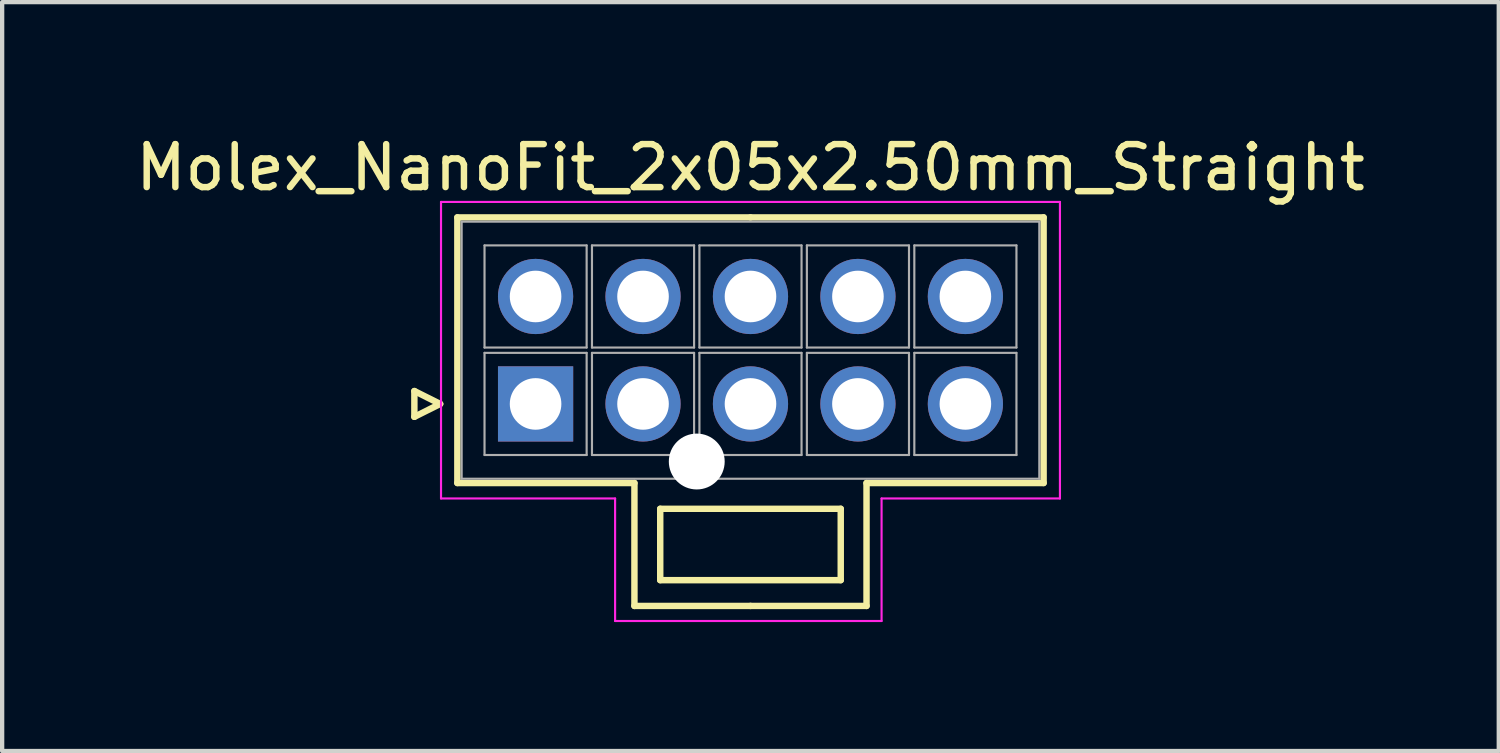
<source format=kicad_pcb>
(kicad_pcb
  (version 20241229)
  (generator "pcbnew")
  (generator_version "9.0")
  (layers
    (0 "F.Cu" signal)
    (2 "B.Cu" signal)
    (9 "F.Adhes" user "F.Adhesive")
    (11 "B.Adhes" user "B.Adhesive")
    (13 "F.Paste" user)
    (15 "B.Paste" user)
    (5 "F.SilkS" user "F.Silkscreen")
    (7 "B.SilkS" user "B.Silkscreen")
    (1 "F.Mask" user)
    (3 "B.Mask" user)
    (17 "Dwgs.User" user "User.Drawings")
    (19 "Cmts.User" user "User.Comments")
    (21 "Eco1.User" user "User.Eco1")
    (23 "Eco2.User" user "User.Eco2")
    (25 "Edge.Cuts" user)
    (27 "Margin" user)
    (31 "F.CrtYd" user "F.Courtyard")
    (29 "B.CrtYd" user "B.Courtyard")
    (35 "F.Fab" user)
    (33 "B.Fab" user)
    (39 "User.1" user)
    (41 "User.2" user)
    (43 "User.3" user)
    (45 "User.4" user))
  (footprint "Molex_NanoFit_2x05x2.50mm_Straight"
    (layer "F.Cu")
    (at 9.411 6.348)
    (property "Reference" "Molex_NanoFit_2x05x2.50mm_Straight" (at 5 -5.5 0) (layer "F.SilkS") (effects (font (size 1 1) (thickness 0.15))))
    (attr through_hole)
    (fp_line (start -2.82 -0.3) (end -2.22 0) (stroke (width 0.15) (type solid)) (layer "F.SilkS"))
    (fp_line (start -2.82 0.3) (end -2.82 -0.3) (stroke (width 0.15) (type solid)) (layer "F.SilkS"))
    (fp_line (start -2.22 0) (end -2.82 0.3) (stroke (width 0.15) (type solid)) (layer "F.SilkS"))
    (fp_line (start -1.82 -4.34) (end -1.82 1.84) (stroke (width 0.15) (type solid)) (layer "F.SilkS"))
    (fp_line (start -1.82 1.84) (end 2.3 1.84) (stroke (width 0.15) (type solid)) (layer "F.SilkS"))
    (fp_line (start 2.3 1.84) (end 2.3 4.7) (stroke (width 0.15) (type solid)) (layer "F.SilkS"))
    (fp_line (start 2.3 4.7) (end 5 4.7) (stroke (width 0.15) (type solid)) (layer "F.SilkS"))
    (fp_line (start 2.9 2.44) (end 2.9 4.1) (stroke (width 0.15) (type solid)) (layer "F.SilkS"))
    (fp_line (start 2.9 4.1) (end 7.1 4.1) (stroke (width 0.15) (type solid)) (layer "F.SilkS"))
    (fp_line (start 5 -4.34) (end -1.82 -4.34) (stroke (width 0.15) (type solid)) (layer "F.SilkS"))
    (fp_line (start 5 -4.34) (end 11.82 -4.34) (stroke (width 0.15) (type solid)) (layer "F.SilkS"))
    (fp_line (start 7.1 2.44) (end 2.9 2.44) (stroke (width 0.15) (type solid)) (layer "F.SilkS"))
    (fp_line (start 7.1 4.1) (end 7.1 2.44) (stroke (width 0.15) (type solid)) (layer "F.SilkS"))
    (fp_line (start 7.7 1.84) (end 7.7 4.7) (stroke (width 0.15) (type solid)) (layer "F.SilkS"))
    (fp_line (start 7.7 4.7) (end 5 4.7) (stroke (width 0.15) (type solid)) (layer "F.SilkS"))
    (fp_line (start 11.82 -4.34) (end 11.82 1.84) (stroke (width 0.15) (type solid)) (layer "F.SilkS"))
    (fp_line (start 11.82 1.84) (end 7.7 1.84) (stroke (width 0.15) (type solid)) (layer "F.SilkS"))
    (fp_line (start -2.2 -4.7) (end -2.2 2.2) (stroke (width 0.05) (type solid)) (layer "F.CrtYd"))
    (fp_line (start -2.2 2.2) (end 1.85 2.2) (stroke (width 0.05) (type solid)) (layer "F.CrtYd"))
    (fp_line (start 1.85 2.2) (end 1.85 5.05) (stroke (width 0.05) (type solid)) (layer "F.CrtYd"))
    (fp_line (start 1.85 5.05) (end 8.05 5.05) (stroke (width 0.05) (type solid)) (layer "F.CrtYd"))
    (fp_line (start 8.05 2.2) (end 12.2 2.2) (stroke (width 0.05) (type solid)) (layer "F.CrtYd"))
    (fp_line (start 8.05 5.05) (end 8.05 2.2) (stroke (width 0.05) (type solid)) (layer "F.CrtYd"))
    (fp_line (start 12.2 -4.7) (end -2.2 -4.7) (stroke (width 0.05) (type solid)) (layer "F.CrtYd"))
    (fp_line (start 12.2 2.2) (end 12.2 -4.7) (stroke (width 0.05) (type solid)) (layer "F.CrtYd"))
    (fp_line (start -1.72 -4.24) (end -1.72 1.74) (stroke (width 0.05) (type solid)) (layer "F.Fab"))
    (fp_line (start -1.72 1.74) (end 11.72 1.74) (stroke (width 0.05) (type solid)) (layer "F.Fab"))
    (fp_line (start -1.188 -3.688) (end -1.188 -1.312) (stroke (width 0.05) (type solid)) (layer "F.Fab"))
    (fp_line (start -1.188 -1.312) (end 1.188 -1.312) (stroke (width 0.05) (type solid)) (layer "F.Fab"))
    (fp_line (start -1.188 -1.188) (end -1.188 1.188) (stroke (width 0.05) (type solid)) (layer "F.Fab"))
    (fp_line (start -1.188 1.188) (end 1.188 1.188) (stroke (width 0.05) (type solid)) (layer "F.Fab"))
    (fp_line (start 1.188 -3.688) (end -1.188 -3.688) (stroke (width 0.05) (type solid)) (layer "F.Fab"))
    (fp_line (start 1.188 -1.312) (end 1.188 -3.688) (stroke (width 0.05) (type solid)) (layer "F.Fab"))
    (fp_line (start 1.188 -1.188) (end -1.188 -1.188) (stroke (width 0.05) (type solid)) (layer "F.Fab"))
    (fp_line (start 1.188 1.188) (end 1.188 -1.188) (stroke (width 0.05) (type solid)) (layer "F.Fab"))
    (fp_line (start 1.312 -3.688) (end 1.312 -1.312) (stroke (width 0.05) (type solid)) (layer "F.Fab"))
    (fp_line (start 1.312 -1.312) (end 3.688 -1.312) (stroke (width 0.05) (type solid)) (layer "F.Fab"))
    (fp_line (start 1.312 -1.188) (end 1.312 1.188) (stroke (width 0.05) (type solid)) (layer "F.Fab"))
    (fp_line (start 1.312 1.188) (end 3.688 1.188) (stroke (width 0.05) (type solid)) (layer "F.Fab"))
    (fp_line (start 3.688 -3.688) (end 1.312 -3.688) (stroke (width 0.05) (type solid)) (layer "F.Fab"))
    (fp_line (start 3.688 -1.312) (end 3.688 -3.688) (stroke (width 0.05) (type solid)) (layer "F.Fab"))
    (fp_line (start 3.688 -1.188) (end 1.312 -1.188) (stroke (width 0.05) (type solid)) (layer "F.Fab"))
    (fp_line (start 3.688 1.188) (end 3.688 -1.188) (stroke (width 0.05) (type solid)) (layer "F.Fab"))
    (fp_line (start 3.812 -3.688) (end 3.812 -1.312) (stroke (width 0.05) (type solid)) (layer "F.Fab"))
    (fp_line (start 3.812 -1.312) (end 6.188 -1.312) (stroke (width 0.05) (type solid)) (layer "F.Fab"))
    (fp_line (start 3.812 -1.188) (end 3.812 1.188) (stroke (width 0.05) (type solid)) (layer "F.Fab"))
    (fp_line (start 3.812 1.188) (end 6.188 1.188) (stroke (width 0.05) (type solid)) (layer "F.Fab"))
    (fp_line (start 6.188 -3.688) (end 3.812 -3.688) (stroke (width 0.05) (type solid)) (layer "F.Fab"))
    (fp_line (start 6.188 -1.312) (end 6.188 -3.688) (stroke (width 0.05) (type solid)) (layer "F.Fab"))
    (fp_line (start 6.188 -1.188) (end 3.812 -1.188) (stroke (width 0.05) (type solid)) (layer "F.Fab"))
    (fp_line (start 6.188 1.188) (end 6.188 -1.188) (stroke (width 0.05) (type solid)) (layer "F.Fab"))
    (fp_line (start 6.312 -3.688) (end 6.312 -1.312) (stroke (width 0.05) (type solid)) (layer "F.Fab"))
    (fp_line (start 6.312 -1.312) (end 8.688 -1.312) (stroke (width 0.05) (type solid)) (layer "F.Fab"))
    (fp_line (start 6.312 -1.188) (end 6.312 1.188) (stroke (width 0.05) (type solid)) (layer "F.Fab"))
    (fp_line (start 6.312 1.188) (end 8.688 1.188) (stroke (width 0.05) (type solid)) (layer "F.Fab"))
    (fp_line (start 8.688 -3.688) (end 6.312 -3.688) (stroke (width 0.05) (type solid)) (layer "F.Fab"))
    (fp_line (start 8.688 -1.312) (end 8.688 -3.688) (stroke (width 0.05) (type solid)) (layer "F.Fab"))
    (fp_line (start 8.688 -1.188) (end 6.312 -1.188) (stroke (width 0.05) (type solid)) (layer "F.Fab"))
    (fp_line (start 8.688 1.188) (end 8.688 -1.188) (stroke (width 0.05) (type solid)) (layer "F.Fab"))
    (fp_line (start 8.812 -3.688) (end 8.812 -1.312) (stroke (width 0.05) (type solid)) (layer "F.Fab"))
    (fp_line (start 8.812 -1.312) (end 11.188 -1.312) (stroke (width 0.05) (type solid)) (layer "F.Fab"))
    (fp_line (start 8.812 -1.188) (end 8.812 1.188) (stroke (width 0.05) (type solid)) (layer "F.Fab"))
    (fp_line (start 8.812 1.188) (end 11.188 1.188) (stroke (width 0.05) (type solid)) (layer "F.Fab"))
    (fp_line (start 11.188 -3.688) (end 8.812 -3.688) (stroke (width 0.05) (type solid)) (layer "F.Fab"))
    (fp_line (start 11.188 -1.312) (end 11.188 -3.688) (stroke (width 0.05) (type solid)) (layer "F.Fab"))
    (fp_line (start 11.188 -1.188) (end 8.812 -1.188) (stroke (width 0.05) (type solid)) (layer "F.Fab"))
    (fp_line (start 11.188 1.188) (end 11.188 -1.188) (stroke (width 0.05) (type solid)) (layer "F.Fab"))
    (fp_line (start 11.72 -4.24) (end -1.72 -4.24) (stroke (width 0.05) (type solid)) (layer "F.Fab"))
    (fp_line (start 11.72 1.74) (end 11.72 -4.24) (stroke (width 0.05) (type solid)) (layer "F.Fab"))
    (pad "" np_thru_hole circle (at 3.75 1.34) (size 1.3 1.3) (drill 1.3) (layers "*.Cu"))
    (pad "1" thru_hole rect (at 0 0) (size 1.75 1.75) (drill 1.2) (layers "*.Cu" "*.Mask"))
    (pad "2" thru_hole circle (at 2.5 0) (size 1.75 1.75) (drill 1.2) (layers "*.Cu" "*.Mask"))
    (pad "3" thru_hole circle (at 5 0) (size 1.75 1.75) (drill 1.2) (layers "*.Cu" "*.Mask"))
    (pad "4" thru_hole circle (at 7.5 0) (size 1.75 1.75) (drill 1.2) (layers "*.Cu" "*.Mask"))
    (pad "5" thru_hole circle (at 10 0) (size 1.75 1.75) (drill 1.2) (layers "*.Cu" "*.Mask"))
    (pad "6" thru_hole circle (at 0 -2.5) (size 1.75 1.75) (drill 1.2) (layers "*.Cu" "*.Mask"))
    (pad "7" thru_hole circle (at 2.5 -2.5) (size 1.75 1.75) (drill 1.2) (layers "*.Cu" "*.Mask"))
    (pad "8" thru_hole circle (at 5 -2.5) (size 1.75 1.75) (drill 1.2) (layers "*.Cu" "*.Mask"))
    (pad "9" thru_hole circle (at 7.5 -2.5) (size 1.75 1.75) (drill 1.2) (layers "*.Cu" "*.Mask"))
    (pad "10" thru_hole circle (at 10 -2.5) (size 1.75 1.75) (drill 1.2) (layers "*.Cu" "*.Mask")))
  (gr_rect
    (start -3 -3)
    (end 31.821 14.423)
    (stroke (width 0.1) (type default))
    (fill no)
    (layer "Edge.Cuts")))
</source>
